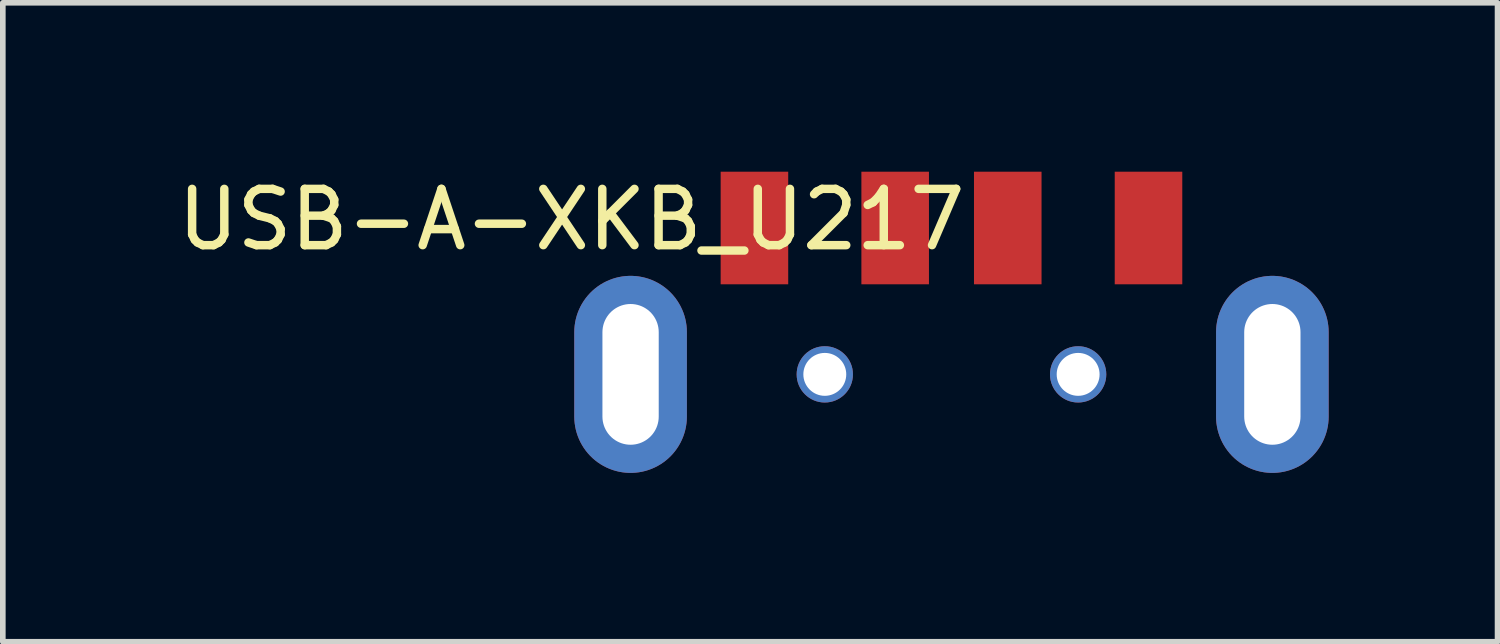
<source format=kicad_pcb>
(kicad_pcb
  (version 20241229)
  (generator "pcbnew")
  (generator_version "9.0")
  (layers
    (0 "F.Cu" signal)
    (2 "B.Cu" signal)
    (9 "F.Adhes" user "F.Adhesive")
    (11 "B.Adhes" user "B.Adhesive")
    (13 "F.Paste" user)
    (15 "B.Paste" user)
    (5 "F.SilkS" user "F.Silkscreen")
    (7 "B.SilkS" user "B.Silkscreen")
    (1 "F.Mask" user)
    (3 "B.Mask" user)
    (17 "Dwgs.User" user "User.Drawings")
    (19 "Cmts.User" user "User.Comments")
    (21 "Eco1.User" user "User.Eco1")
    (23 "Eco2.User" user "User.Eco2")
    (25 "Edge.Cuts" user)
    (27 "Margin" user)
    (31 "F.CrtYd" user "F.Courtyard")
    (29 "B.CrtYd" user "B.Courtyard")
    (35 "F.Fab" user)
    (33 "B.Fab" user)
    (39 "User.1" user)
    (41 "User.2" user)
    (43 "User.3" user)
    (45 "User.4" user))
  (footprint "USB-A-XKB_U217"
    (layer "F.Cu")
    (at 13.851 3.6)
    (property "Reference" "USB-A-XKB_U217" (at -6.75 -2.75 0) (layer "F.SilkS") (effects (font (size 1 1) (thickness 0.15))))
    (attr through_hole)
    (pad "" np_thru_hole circle (at -2.25 0) (size 1 1) (drill 0.762) (layers "*.Cu" "*.Mask"))
    (pad "" np_thru_hole circle (at 2.25 0) (size 1 1) (drill 0.762) (layers "*.Cu" "*.Mask"))
    (pad "1" smd rect (at 3.5 -2.6) (size 1.2 2) (layers "F.Cu" "F.Mask" "F.Paste"))
    (pad "2" smd rect (at 1 -2.6) (size 1.2 2) (layers "F.Cu" "F.Mask" "F.Paste"))
    (pad "3" smd rect (at -1 -2.6) (size 1.2 2) (layers "F.Cu" "F.Mask" "F.Paste"))
    (pad "4" smd rect (at -3.5 -2.6) (size 1.2 2) (layers "F.Cu" "F.Mask" "F.Paste"))
    (pad "5" thru_hole oval (at -5.7 0) (size 2 3.5) (drill oval 1 2.5) (layers "*.Cu" "*.Mask"))
    (pad "5" thru_hole oval (at 5.7 0) (size 2 3.5) (drill oval 1 2.5) (layers "*.Cu" "*.Mask")))
  (gr_rect
    (start -3 -3)
    (end 23.551 8.35)
    (stroke (width 0.1) (type default))
    (fill no)
    (layer "Edge.Cuts")))
</source>
